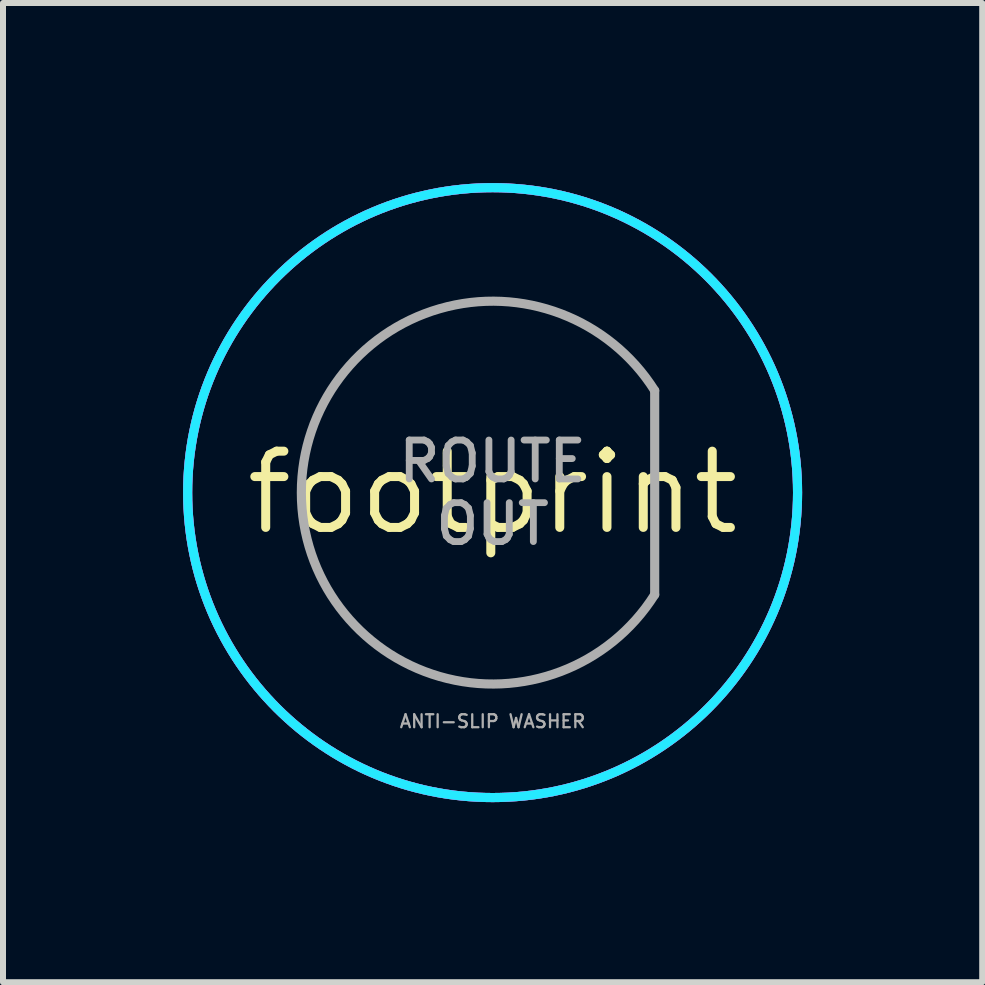
<source format=kicad_pcb>
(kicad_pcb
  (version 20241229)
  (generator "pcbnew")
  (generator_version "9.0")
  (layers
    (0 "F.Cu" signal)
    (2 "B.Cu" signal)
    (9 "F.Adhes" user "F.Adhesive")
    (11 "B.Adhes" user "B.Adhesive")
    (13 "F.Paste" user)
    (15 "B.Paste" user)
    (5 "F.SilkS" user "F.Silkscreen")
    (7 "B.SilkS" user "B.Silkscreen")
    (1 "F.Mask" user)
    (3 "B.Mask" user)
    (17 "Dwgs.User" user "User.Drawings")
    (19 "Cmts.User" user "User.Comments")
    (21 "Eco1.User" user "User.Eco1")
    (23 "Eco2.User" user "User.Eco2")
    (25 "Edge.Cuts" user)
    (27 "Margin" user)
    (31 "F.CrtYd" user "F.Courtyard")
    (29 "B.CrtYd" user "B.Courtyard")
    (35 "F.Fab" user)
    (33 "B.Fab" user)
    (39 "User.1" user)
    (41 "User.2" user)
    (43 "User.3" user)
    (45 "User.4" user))
  (footprint "footprint"
    (layer "F.Cu")
    (at 5.156 5.156)
    (property "Reference" "footprint" (at 0 0 0) (layer "F.SilkS") (effects (font (size 1.27 1.27) (thickness 0.15))))
    (fp_circle (center 0 0) (end 5.08 0) (stroke (width 0.152) (type solid)) (fill no) (layer "B.CrtYd"))
    (fp_circle (center 0 0) (end 5.08 0) (stroke (width 0.152) (type solid)) (fill no) (layer "F.CrtYd"))
    (fp_line (start 2.7 -1.7) (end 2.7 1.7) (stroke (width 0.152) (type solid)) (layer "F.Fab"))
    (fp_arc (start 2.7 1.7) (mid -3.186083 0) (end 2.7 -1.7) (stroke (width 0.1524) (type solid)) (layer "F.Fab"))
    (fp_circle (center 0 0) (end 5.08 0) (stroke (width 0.152) (type solid)) (fill no) (layer "F.Fab"))
    (fp_text user "ROUTE\nOUT" (at 0 0 0) (layer "F.Fab") (effects (font (size 0.648 0.648) (thickness 0.114))))
    (fp_text user "ANTI-SLIP WASHER" (at 0 3.81 0) (layer "F.Fab") (effects (font (size 0.216 0.216) (thickness 0.038)))))
  (gr_rect
    (start -3 -3)
    (end 13.312 13.312)
    (stroke (width 0.1) (type default))
    (fill no)
    (layer "Edge.Cuts")))
</source>
